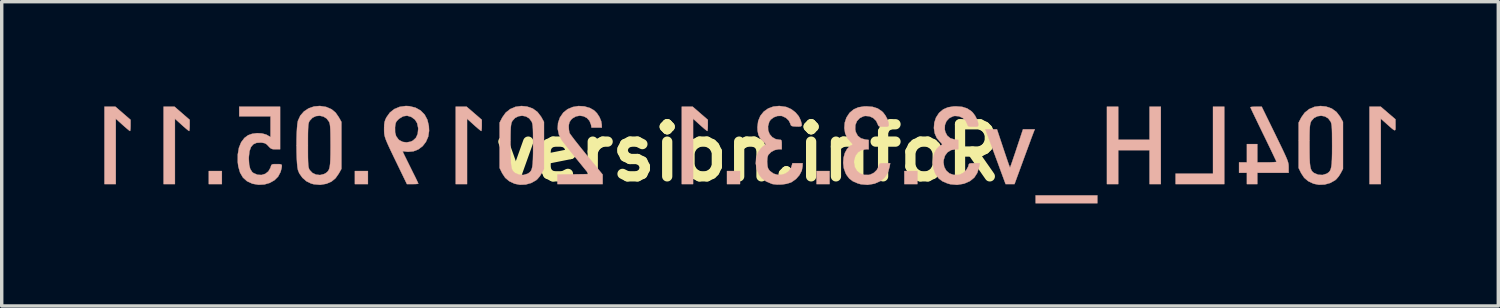
<source format=kicad_pcb>
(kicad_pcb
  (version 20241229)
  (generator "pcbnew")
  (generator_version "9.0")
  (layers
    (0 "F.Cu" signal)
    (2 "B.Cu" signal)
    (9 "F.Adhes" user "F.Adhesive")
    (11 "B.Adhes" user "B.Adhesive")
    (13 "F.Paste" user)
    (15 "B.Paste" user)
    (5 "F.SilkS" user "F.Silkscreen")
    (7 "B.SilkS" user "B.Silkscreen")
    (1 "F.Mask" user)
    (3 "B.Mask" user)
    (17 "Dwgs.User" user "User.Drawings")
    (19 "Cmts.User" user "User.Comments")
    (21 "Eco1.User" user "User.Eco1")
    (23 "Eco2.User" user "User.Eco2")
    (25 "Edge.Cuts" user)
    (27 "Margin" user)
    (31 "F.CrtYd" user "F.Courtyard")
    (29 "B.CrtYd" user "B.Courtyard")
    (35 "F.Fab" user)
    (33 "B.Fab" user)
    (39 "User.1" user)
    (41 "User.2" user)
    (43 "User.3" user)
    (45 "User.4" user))
  (footprint "version.infoR"
    (layer "F.Cu")
    (at 18.82 1.418)
    (property "Reference" "version.infoR" (at 0 0 0) (layer "F.SilkS") (effects (font (size 1.524 1.524) (thickness 0.3))))
    (attr through_hole)
    (fp_poly (pts (xy -15.382 0.915) (xy -15.764 0.915) (xy -15.764 0.534) (xy -15.382 0.534) (xy -15.382 0.915)) (stroke (width 0.01) (type solid)) (fill yes) (layer "B.SilkS"))
    (fp_poly (pts (xy -11.111 0.915) (xy -11.492 0.915) (xy -11.492 0.534) (xy -11.111 0.534) (xy -11.111 0.915)) (stroke (width 0.01) (type solid)) (fill yes) (layer "B.SilkS"))
    (fp_poly (pts (xy -0.229 0.915) (xy -0.61 0.915) (xy -0.61 0.534) (xy -0.229 0.534) (xy -0.229 0.915)) (stroke (width 0.01) (type solid)) (fill yes) (layer "B.SilkS"))
    (fp_poly (pts (xy 2.39 0.915) (xy 2.009 0.915) (xy 2.009 0.534) (xy 2.39 0.534) (xy 2.39 0.915)) (stroke (width 0.01) (type solid)) (fill yes) (layer "B.SilkS"))
    (fp_poly (pts (xy 4.958 0.915) (xy 4.577 0.915) (xy 4.577 0.534) (xy 4.958 0.534) (xy 4.958 0.915)) (stroke (width 0.01) (type solid)) (fill yes) (layer "B.SilkS"))
    (fp_poly (pts (xy 10.221 1.475) (xy 8.416 1.475) (xy 8.416 1.246) (xy 10.221 1.246) (xy 10.221 1.475)) (stroke (width 0.01) (type solid)) (fill yes) (layer "B.SilkS"))
    (fp_poly (pts (xy 13.933 0.915) (xy 12.509 0.915) (xy 12.509 0.61) (xy 13.603 0.61) (xy 13.603 -1.348) (xy 13.933 -1.348) (xy 13.933 0.915)) (stroke (width 0.01) (type solid)) (fill yes) (layer "B.SilkS"))
    (fp_poly (pts (xy 10.831 -0.381) (xy 11.747 -0.381) (xy 11.747 -1.348) (xy 12.077 -1.348) (xy 12.077 0.915) (xy 11.747 0.915) (xy 11.747 -0.076) (xy 10.831 -0.076) (xy 10.831 0.915) (xy 10.501 0.915) (xy 10.501 -1.348) (xy 10.831 -1.348) (xy 10.831 -0.381)) (stroke (width 0.01) (type solid)) (fill yes) (layer "B.SilkS"))
    (fp_poly (pts (xy -18.274 -1.156) (xy -18.052 -0.964) (xy -18.052 -0.8) (xy -18.054 -0.716) (xy -18.06 -0.657) (xy -18.068 -0.636) (xy -18.092 -0.652) (xy -18.145 -0.695) (xy -18.219 -0.758) (xy -18.284 -0.816) (xy -18.484 -0.997) (xy -18.484 0.915) (xy -18.815 0.915) (xy -18.815 -1.348) (xy -18.496 -1.348) (xy -18.274 -1.156)) (stroke (width 0.01) (type solid)) (fill yes) (layer "B.SilkS"))
    (fp_poly (pts (xy -16.545 -1.156) (xy -16.323 -0.964) (xy -16.323 -0.8) (xy -16.325 -0.716) (xy -16.331 -0.657) (xy -16.339 -0.636) (xy -16.363 -0.652) (xy -16.416 -0.695) (xy -16.49 -0.758) (xy -16.555 -0.816) (xy -16.755 -0.997) (xy -16.755 0.915) (xy -17.086 0.915) (xy -17.086 -1.348) (xy -16.767 -1.348) (xy -16.545 -1.156)) (stroke (width 0.01) (type solid)) (fill yes) (layer "B.SilkS"))
    (fp_poly (pts (xy -8.002 -1.156) (xy -7.78 -0.964) (xy -7.78 -0.8) (xy -7.782 -0.716) (xy -7.788 -0.657) (xy -7.796 -0.636) (xy -7.82 -0.652) (xy -7.873 -0.695) (xy -7.947 -0.758) (xy -8.012 -0.816) (xy -8.212 -0.997) (xy -8.212 0.915) (xy -8.543 0.915) (xy -8.543 -1.348) (xy -8.225 -1.348) (xy -8.002 -1.156)) (stroke (width 0.01) (type solid)) (fill yes) (layer "B.SilkS"))
    (fp_poly (pts (xy -1.392 -1.156) (xy -1.17 -0.964) (xy -1.17 -0.8) (xy -1.172 -0.716) (xy -1.178 -0.657) (xy -1.185 -0.636) (xy -1.209 -0.652) (xy -1.263 -0.695) (xy -1.336 -0.758) (xy -1.401 -0.816) (xy -1.602 -0.997) (xy -1.602 0.915) (xy -1.932 0.915) (xy -1.932 -1.348) (xy -1.614 -1.348) (xy -1.392 -1.156)) (stroke (width 0.01) (type solid)) (fill yes) (layer "B.SilkS"))
    (fp_poly (pts (xy 18.723 -1.163) (xy 18.939 -0.979) (xy 18.94 -0.806) (xy 18.941 -0.727) (xy 18.937 -0.677) (xy 18.922 -0.658) (xy 18.889 -0.669) (xy 18.834 -0.711) (xy 18.749 -0.785) (xy 18.694 -0.834) (xy 18.51 -0.998) (xy 18.51 0.915) (xy 18.179 0.915) (xy 18.179 -1.348) (xy 18.508 -1.348) (xy 18.723 -1.163)) (stroke (width 0.01) (type solid)) (fill yes) (layer "B.SilkS"))
    (fp_poly (pts (xy 7.471 -0.127) (xy 7.524 0.031) (xy 7.572 0.173) (xy 7.612 0.29) (xy 7.643 0.376) (xy 7.662 0.424) (xy 7.666 0.432) (xy 7.676 0.409) (xy 7.7 0.345) (xy 7.735 0.245) (xy 7.778 0.117) (xy 7.829 -0.032) (xy 7.86 -0.127) (xy 8.046 -0.686) (xy 8.39 -0.686) (xy 8.343 -0.566) (xy 8.322 -0.51) (xy 8.286 -0.415) (xy 8.239 -0.286) (xy 8.182 -0.132) (xy 8.119 0.039) (xy 8.052 0.221) (xy 8.047 0.235) (xy 7.798 0.915) (xy 7.538 0.915) (xy 7.418 0.591) (xy 7.369 0.458) (xy 7.309 0.293) (xy 7.241 0.11) (xy 7.173 -0.074) (xy 7.123 -0.21) (xy 6.947 -0.686) (xy 7.285 -0.686) (xy 7.471 -0.127)) (stroke (width 0.01) (type solid)) (fill yes) (layer "B.SilkS"))
    (fp_poly (pts (xy 15.421 -0.543) (xy 15.525 -0.329) (xy 15.609 -0.156) (xy 15.675 -0.017) (xy 15.725 0.092) (xy 15.762 0.177) (xy 15.787 0.243) (xy 15.802 0.295) (xy 15.811 0.34) (xy 15.814 0.382) (xy 15.815 0.424) (xy 15.815 0.585) (xy 14.899 0.585) (xy 14.899 0.915) (xy 14.594 0.915) (xy 14.594 0.585) (xy 14.365 0.585) (xy 14.365 0.28) (xy 14.594 0.28) (xy 14.594 -0.254) (xy 14.899 -0.254) (xy 14.899 0.28) (xy 15.179 0.28) (xy 15.291 0.278) (xy 15.382 0.274) (xy 15.441 0.269) (xy 15.459 0.263) (xy 15.448 0.236) (xy 15.417 0.17) (xy 15.369 0.069) (xy 15.307 -0.062) (xy 15.232 -0.217) (xy 15.148 -0.391) (xy 15.077 -0.536) (xy 14.987 -0.721) (xy 14.905 -0.891) (xy 14.833 -1.041) (xy 14.773 -1.165) (xy 14.729 -1.259) (xy 14.703 -1.317) (xy 14.696 -1.333) (xy 14.719 -1.34) (xy 14.78 -1.346) (xy 14.861 -1.348) (xy 15.027 -1.348) (xy 15.421 -0.543)) (stroke (width 0.01) (type solid)) (fill yes) (layer "B.SilkS"))
    (fp_poly (pts (xy -4.784 -1.358) (xy -4.622 -1.311) (xy -4.499 -1.242) (xy -4.413 -1.157) (xy -4.339 -1.044) (xy -4.289 -0.923) (xy -4.272 -0.82) (xy -4.271 -0.737) (xy -4.571 -0.737) (xy -4.587 -0.824) (xy -4.631 -0.935) (xy -4.707 -1.018) (xy -4.805 -1.069) (xy -4.916 -1.085) (xy -5.027 -1.065) (xy -5.13 -1.006) (xy -5.172 -0.964) (xy -5.217 -0.894) (xy -5.236 -0.813) (xy -5.238 -0.762) (xy -5.233 -0.675) (xy -5.221 -0.6) (xy -5.215 -0.578) (xy -5.193 -0.544) (xy -5.143 -0.475) (xy -5.07 -0.379) (xy -4.976 -0.26) (xy -4.868 -0.124) (xy -4.748 0.024) (xy -4.719 0.06) (xy -4.246 0.638) (xy -4.246 0.915) (xy -5.568 0.915) (xy -5.568 0.637) (xy -5.107 0.63) (xy -4.647 0.623) (xy -5.009 0.178) (xy -5.118 0.043) (xy -5.221 -0.086) (xy -5.312 -0.2) (xy -5.384 -0.293) (xy -5.432 -0.356) (xy -5.443 -0.371) (xy -5.525 -0.532) (xy -5.561 -0.701) (xy -5.551 -0.87) (xy -5.496 -1.031) (xy -5.397 -1.175) (xy -5.394 -1.178) (xy -5.27 -1.276) (xy -5.119 -1.339) (xy -4.954 -1.367) (xy -4.784 -1.358)) (stroke (width 0.01) (type solid)) (fill yes) (layer "B.SilkS"))
    (fp_poly (pts (xy -13.679 -0.102) (xy -13.81 -0.102) (xy -13.892 -0.106) (xy -13.946 -0.124) (xy -13.995 -0.166) (xy -14.021 -0.195) (xy -14.076 -0.251) (xy -14.13 -0.281) (xy -14.206 -0.296) (xy -14.24 -0.299) (xy -14.365 -0.292) (xy -14.462 -0.249) (xy -14.531 -0.167) (xy -14.575 -0.044) (xy -14.593 0.122) (xy -14.594 0.18) (xy -14.584 0.347) (xy -14.553 0.472) (xy -14.499 0.558) (xy -14.459 0.592) (xy -14.34 0.643) (xy -14.221 0.649) (xy -14.111 0.615) (xy -14.021 0.543) (xy -13.96 0.437) (xy -13.949 0.4) (xy -13.936 0.362) (xy -13.913 0.341) (xy -13.866 0.332) (xy -13.782 0.331) (xy -13.78 0.331) (xy -13.696 0.332) (xy -13.65 0.34) (xy -13.631 0.358) (xy -13.628 0.39) (xy -13.636 0.449) (xy -13.657 0.53) (xy -13.668 0.566) (xy -13.738 0.698) (xy -13.846 0.804) (xy -13.983 0.881) (xy -14.14 0.926) (xy -14.309 0.935) (xy -14.483 0.905) (xy -14.492 0.902) (xy -14.646 0.831) (xy -14.765 0.724) (xy -14.849 0.581) (xy -14.901 0.399) (xy -14.917 0.271) (xy -14.916 0.049) (xy -14.883 -0.145) (xy -14.818 -0.307) (xy -14.723 -0.433) (xy -14.615 -0.513) (xy -14.493 -0.556) (xy -14.352 -0.574) (xy -14.21 -0.566) (xy -14.088 -0.533) (xy -14.054 -0.516) (xy -13.959 -0.459) (xy -13.959 -1.068) (xy -14.874 -1.068) (xy -14.874 -1.348) (xy -13.679 -1.348) (xy -13.679 -0.102)) (stroke (width 0.01) (type solid)) (fill yes) (layer "B.SilkS"))
    (fp_poly (pts (xy -6.458 -1.352) (xy -6.29 -1.294) (xy -6.154 -1.195) (xy -6.047 -1.056) (xy -6.039 -1.042) (xy -5.962 -0.903) (xy -5.962 0.47) (xy -6.032 0.602) (xy -6.087 0.69) (xy -6.153 0.768) (xy -6.19 0.801) (xy -6.333 0.882) (xy -6.497 0.928) (xy -6.667 0.935) (xy -6.822 0.904) (xy -6.977 0.831) (xy -7.095 0.732) (xy -7.182 0.601) (xy -7.187 0.592) (xy -7.259 0.445) (xy -7.259 -0.216) (xy -6.941 -0.216) (xy -6.94 -0.003) (xy -6.937 0.166) (xy -6.931 0.296) (xy -6.92 0.394) (xy -6.904 0.466) (xy -6.881 0.518) (xy -6.851 0.557) (xy -6.812 0.588) (xy -6.804 0.593) (xy -6.687 0.642) (xy -6.56 0.649) (xy -6.44 0.612) (xy -6.415 0.597) (xy -6.375 0.566) (xy -6.344 0.53) (xy -6.321 0.48) (xy -6.304 0.411) (xy -6.292 0.318) (xy -6.285 0.193) (xy -6.281 0.031) (xy -6.28 -0.175) (xy -6.28 -0.222) (xy -6.281 -0.418) (xy -6.282 -0.57) (xy -6.285 -0.684) (xy -6.29 -0.769) (xy -6.298 -0.83) (xy -6.308 -0.875) (xy -6.322 -0.91) (xy -6.325 -0.915) (xy -6.396 -1.008) (xy -6.491 -1.064) (xy -6.599 -1.084) (xy -6.708 -1.069) (xy -6.807 -1.019) (xy -6.885 -0.933) (xy -6.901 -0.904) (xy -6.914 -0.868) (xy -6.924 -0.818) (xy -6.932 -0.749) (xy -6.937 -0.653) (xy -6.94 -0.524) (xy -6.941 -0.356) (xy -6.941 -0.216) (xy -7.259 -0.216) (xy -7.259 -0.881) (xy -7.182 -1.032) (xy -7.083 -1.172) (xy -6.952 -1.277) (xy -6.796 -1.344) (xy -6.623 -1.368) (xy -6.458 -1.352)) (stroke (width 0.01) (type solid)) (fill yes) (layer "B.SilkS"))
    (fp_poly (pts (xy 16.908 -1.352) (xy 17.076 -1.294) (xy 17.212 -1.195) (xy 17.319 -1.056) (xy 17.327 -1.042) (xy 17.404 -0.903) (xy 17.404 0.47) (xy 17.334 0.602) (xy 17.279 0.69) (xy 17.213 0.768) (xy 17.176 0.801) (xy 17.033 0.882) (xy 16.869 0.928) (xy 16.699 0.935) (xy 16.544 0.904) (xy 16.389 0.831) (xy 16.271 0.732) (xy 16.184 0.601) (xy 16.179 0.592) (xy 16.107 0.445) (xy 16.107 -0.216) (xy 16.425 -0.216) (xy 16.426 -0.003) (xy 16.429 0.166) (xy 16.435 0.296) (xy 16.446 0.394) (xy 16.462 0.466) (xy 16.485 0.518) (xy 16.515 0.557) (xy 16.554 0.588) (xy 16.562 0.593) (xy 16.679 0.642) (xy 16.806 0.649) (xy 16.926 0.612) (xy 16.951 0.597) (xy 16.991 0.566) (xy 17.022 0.53) (xy 17.045 0.48) (xy 17.062 0.411) (xy 17.074 0.318) (xy 17.081 0.193) (xy 17.085 0.031) (xy 17.086 -0.175) (xy 17.086 -0.222) (xy 17.085 -0.418) (xy 17.084 -0.57) (xy 17.081 -0.684) (xy 17.076 -0.769) (xy 17.068 -0.83) (xy 17.058 -0.875) (xy 17.044 -0.91) (xy 17.041 -0.915) (xy 16.97 -1.008) (xy 16.875 -1.064) (xy 16.767 -1.084) (xy 16.658 -1.069) (xy 16.559 -1.019) (xy 16.481 -0.933) (xy 16.465 -0.904) (xy 16.452 -0.868) (xy 16.442 -0.818) (xy 16.434 -0.749) (xy 16.429 -0.653) (xy 16.426 -0.524) (xy 16.425 -0.356) (xy 16.425 -0.216) (xy 16.107 -0.216) (xy 16.107 -0.881) (xy 16.184 -1.032) (xy 16.283 -1.172) (xy 16.414 -1.277) (xy 16.57 -1.344) (xy 16.743 -1.368) (xy 16.908 -1.352)) (stroke (width 0.01) (type solid)) (fill yes) (layer "B.SilkS"))
    (fp_poly (pts (xy -9.899 -1.363) (xy -9.719 -1.319) (xy -9.57 -1.236) (xy -9.453 -1.117) (xy -9.372 -0.965) (xy -9.329 -0.783) (xy -9.322 -0.642) (xy -9.348 -0.471) (xy -9.414 -0.32) (xy -9.511 -0.194) (xy -9.636 -0.1) (xy -9.78 -0.043) (xy -9.938 -0.029) (xy -9.994 -0.035) (xy -10.057 -0.043) (xy -10.091 -0.041) (xy -10.094 -0.038) (xy -10.083 -0.012) (xy -10.053 0.052) (xy -10.006 0.147) (xy -9.947 0.267) (xy -9.879 0.404) (xy -9.865 0.432) (xy -9.796 0.572) (xy -9.734 0.695) (xy -9.685 0.796) (xy -9.652 0.867) (xy -9.637 0.901) (xy -9.636 0.902) (xy -9.659 0.909) (xy -9.72 0.914) (xy -9.803 0.915) (xy -9.97 0.915) (xy -10.25 0.337) (xy -10.353 0.125) (xy -10.435 -0.047) (xy -10.5 -0.185) (xy -10.549 -0.294) (xy -10.585 -0.381) (xy -10.609 -0.451) (xy -10.625 -0.511) (xy -10.633 -0.565) (xy -10.636 -0.62) (xy -10.637 -0.682) (xy -10.637 -0.699) (xy -10.636 -0.741) (xy -10.318 -0.741) (xy -10.316 -0.597) (xy -10.286 -0.487) (xy -10.222 -0.397) (xy -10.19 -0.368) (xy -10.095 -0.319) (xy -9.98 -0.304) (xy -9.861 -0.325) (xy -9.794 -0.357) (xy -9.706 -0.439) (xy -9.654 -0.554) (xy -9.64 -0.698) (xy -9.642 -0.731) (xy -9.671 -0.867) (xy -9.734 -0.969) (xy -9.837 -1.045) (xy -9.849 -1.051) (xy -9.966 -1.085) (xy -10.081 -1.067) (xy -10.194 -0.999) (xy -10.215 -0.981) (xy -10.267 -0.928) (xy -10.296 -0.877) (xy -10.311 -0.809) (xy -10.318 -0.741) (xy -10.636 -0.741) (xy -10.635 -0.814) (xy -10.624 -0.898) (xy -10.6 -0.971) (xy -10.569 -1.036) (xy -10.469 -1.176) (xy -10.337 -1.28) (xy -10.178 -1.345) (xy -9.999 -1.369) (xy -9.899 -1.363)) (stroke (width 0.01) (type solid)) (fill yes) (layer "B.SilkS"))
    (fp_poly (pts (xy -12.337 -1.342) (xy -12.322 -1.337) (xy -12.174 -1.273) (xy -12.056 -1.175) (xy -11.962 -1.039) (xy -11.886 -0.903) (xy -11.886 0.47) (xy -11.962 0.607) (xy -12.059 0.745) (xy -12.177 0.842) (xy -12.322 0.905) (xy -12.505 0.937) (xy -12.692 0.92) (xy -12.772 0.899) (xy -12.908 0.833) (xy -13.027 0.729) (xy -13.118 0.6) (xy -13.156 0.506) (xy -13.171 0.425) (xy -13.183 0.303) (xy -13.192 0.151) (xy -13.197 -0.022) (xy -13.199 -0.206) (xy -13.199 -0.219) (xy -12.865 -0.219) (xy -12.865 -0.216) (xy -12.865 -0.018) (xy -12.864 0.135) (xy -12.861 0.251) (xy -12.857 0.336) (xy -12.851 0.397) (xy -12.842 0.441) (xy -12.83 0.474) (xy -12.814 0.503) (xy -12.814 0.504) (xy -12.734 0.589) (xy -12.629 0.638) (xy -12.511 0.651) (xy -12.394 0.622) (xy -12.344 0.595) (xy -12.303 0.564) (xy -12.271 0.527) (xy -12.246 0.479) (xy -12.228 0.412) (xy -12.216 0.32) (xy -12.209 0.198) (xy -12.205 0.039) (xy -12.204 -0.163) (xy -12.204 -0.216) (xy -12.205 -0.415) (xy -12.207 -0.57) (xy -12.21 -0.688) (xy -12.216 -0.774) (xy -12.224 -0.836) (xy -12.235 -0.88) (xy -12.245 -0.904) (xy -12.315 -0.999) (xy -12.41 -1.059) (xy -12.519 -1.084) (xy -12.631 -1.073) (xy -12.732 -1.024) (xy -12.812 -0.939) (xy -12.814 -0.936) (xy -12.83 -0.907) (xy -12.842 -0.874) (xy -12.851 -0.83) (xy -12.857 -0.769) (xy -12.861 -0.685) (xy -12.864 -0.569) (xy -12.865 -0.416) (xy -12.865 -0.219) (xy -13.199 -0.219) (xy -13.198 -0.39) (xy -13.193 -0.565) (xy -13.184 -0.72) (xy -13.173 -0.846) (xy -13.158 -0.932) (xy -13.156 -0.938) (xy -13.087 -1.088) (xy -12.98 -1.21) (xy -12.845 -1.299) (xy -12.687 -1.354) (xy -12.516 -1.369) (xy -12.337 -1.342)) (stroke (width 0.01) (type solid)) (fill yes) (layer "B.SilkS"))
    (fp_poly (pts (xy 3.65 -1.343) (xy 3.796 -1.297) (xy 3.918 -1.215) (xy 3.96 -1.174) (xy 4.026 -1.085) (xy 4.081 -0.98) (xy 4.113 -0.878) (xy 4.118 -0.833) (xy 4.116 -0.794) (xy 4.1 -0.773) (xy 4.059 -0.764) (xy 3.981 -0.763) (xy 3.969 -0.763) (xy 3.884 -0.765) (xy 3.837 -0.774) (xy 3.814 -0.795) (xy 3.804 -0.824) (xy 3.752 -0.934) (xy 3.665 -1.018) (xy 3.555 -1.068) (xy 3.435 -1.078) (xy 3.385 -1.069) (xy 3.272 -1.014) (xy 3.19 -0.926) (xy 3.144 -0.813) (xy 3.139 -0.685) (xy 3.156 -0.607) (xy 3.214 -0.497) (xy 3.306 -0.424) (xy 3.428 -0.389) (xy 3.534 -0.375) (xy 3.534 -0.102) (xy 3.452 -0.102) (xy 3.324 -0.079) (xy 3.221 -0.015) (xy 3.146 0.084) (xy 3.107 0.212) (xy 3.102 0.28) (xy 3.124 0.415) (xy 3.186 0.525) (xy 3.28 0.604) (xy 3.398 0.646) (xy 3.533 0.647) (xy 3.581 0.637) (xy 3.684 0.587) (xy 3.77 0.504) (xy 3.824 0.405) (xy 3.831 0.378) (xy 3.842 0.338) (xy 3.862 0.316) (xy 3.905 0.307) (xy 3.983 0.305) (xy 4.004 0.305) (xy 4.163 0.305) (xy 4.142 0.419) (xy 4.09 0.589) (xy 4.002 0.725) (xy 3.877 0.827) (xy 3.711 0.9) (xy 3.698 0.904) (xy 3.502 0.937) (xy 3.306 0.92) (xy 3.216 0.895) (xy 3.072 0.833) (xy 2.967 0.754) (xy 2.886 0.647) (xy 2.857 0.592) (xy 2.806 0.448) (xy 2.788 0.296) (xy 2.799 0.145) (xy 2.837 0.006) (xy 2.901 -0.111) (xy 2.986 -0.198) (xy 3.059 -0.236) (xy 3.061 -0.256) (xy 3.027 -0.297) (xy 3.003 -0.319) (xy 2.907 -0.432) (xy 2.846 -0.57) (xy 2.822 -0.723) (xy 2.834 -0.88) (xy 2.883 -1.029) (xy 2.969 -1.16) (xy 2.981 -1.174) (xy 3.097 -1.27) (xy 3.232 -1.329) (xy 3.398 -1.356) (xy 3.471 -1.358) (xy 3.65 -1.343)) (stroke (width 0.01) (type solid)) (fill yes) (layer "B.SilkS"))
    (fp_poly (pts (xy 6.268 -1.343) (xy 6.414 -1.297) (xy 6.537 -1.215) (xy 6.579 -1.174) (xy 6.645 -1.085) (xy 6.699 -0.98) (xy 6.732 -0.878) (xy 6.737 -0.833) (xy 6.735 -0.794) (xy 6.719 -0.773) (xy 6.678 -0.764) (xy 6.6 -0.763) (xy 6.588 -0.763) (xy 6.503 -0.765) (xy 6.456 -0.774) (xy 6.433 -0.795) (xy 6.423 -0.824) (xy 6.371 -0.934) (xy 6.284 -1.018) (xy 6.174 -1.068) (xy 6.054 -1.078) (xy 6.004 -1.069) (xy 5.891 -1.014) (xy 5.809 -0.926) (xy 5.763 -0.813) (xy 5.758 -0.685) (xy 5.775 -0.607) (xy 5.833 -0.497) (xy 5.924 -0.424) (xy 6.047 -0.389) (xy 6.153 -0.375) (xy 6.153 -0.102) (xy 6.07 -0.102) (xy 5.943 -0.079) (xy 5.839 -0.015) (xy 5.765 0.084) (xy 5.726 0.212) (xy 5.721 0.28) (xy 5.743 0.415) (xy 5.805 0.525) (xy 5.898 0.604) (xy 6.016 0.646) (xy 6.151 0.647) (xy 6.2 0.637) (xy 6.302 0.587) (xy 6.388 0.504) (xy 6.443 0.405) (xy 6.45 0.378) (xy 6.461 0.338) (xy 6.481 0.316) (xy 6.524 0.307) (xy 6.602 0.305) (xy 6.623 0.305) (xy 6.782 0.305) (xy 6.761 0.419) (xy 6.709 0.589) (xy 6.621 0.725) (xy 6.496 0.827) (xy 6.33 0.9) (xy 6.317 0.904) (xy 6.121 0.937) (xy 5.925 0.92) (xy 5.835 0.895) (xy 5.691 0.833) (xy 5.586 0.754) (xy 5.505 0.647) (xy 5.476 0.592) (xy 5.425 0.448) (xy 5.407 0.296) (xy 5.418 0.145) (xy 5.456 0.006) (xy 5.519 -0.111) (xy 5.605 -0.198) (xy 5.678 -0.236) (xy 5.679 -0.256) (xy 5.646 -0.297) (xy 5.622 -0.319) (xy 5.525 -0.432) (xy 5.465 -0.57) (xy 5.441 -0.723) (xy 5.453 -0.88) (xy 5.502 -1.029) (xy 5.587 -1.16) (xy 5.6 -1.174) (xy 5.715 -1.27) (xy 5.851 -1.329) (xy 6.017 -1.356) (xy 6.089 -1.358) (xy 6.268 -1.343)) (stroke (width 0.01) (type solid)) (fill yes) (layer "B.SilkS"))
    (fp_poly (pts (xy 1.106 -1.343) (xy 1.134 -1.336) (xy 1.27 -1.275) (xy 1.393 -1.181) (xy 1.489 -1.067) (xy 1.545 -0.95) (xy 1.571 -0.855) (xy 1.575 -0.799) (xy 1.549 -0.772) (xy 1.489 -0.766) (xy 1.419 -0.768) (xy 1.332 -0.773) (xy 1.283 -0.784) (xy 1.258 -0.806) (xy 1.243 -0.846) (xy 1.241 -0.856) (xy 1.194 -0.947) (xy 1.111 -1.023) (xy 1.008 -1.072) (xy 0.981 -1.079) (xy 0.868 -1.077) (xy 0.759 -1.038) (xy 0.669 -0.97) (xy 0.627 -0.909) (xy 0.59 -0.78) (xy 0.594 -0.656) (xy 0.637 -0.545) (xy 0.712 -0.457) (xy 0.815 -0.399) (xy 0.927 -0.381) (xy 0.964 -0.378) (xy 0.983 -0.359) (xy 0.991 -0.312) (xy 0.992 -0.242) (xy 0.992 -0.102) (xy 0.894 -0.102) (xy 0.786 -0.08) (xy 0.683 -0.025) (xy 0.605 0.054) (xy 0.59 0.077) (xy 0.571 0.148) (xy 0.564 0.253) (xy 0.566 0.298) (xy 0.575 0.395) (xy 0.593 0.459) (xy 0.628 0.512) (xy 0.648 0.534) (xy 0.75 0.609) (xy 0.867 0.644) (xy 0.987 0.643) (xy 1.101 0.607) (xy 1.196 0.539) (xy 1.262 0.44) (xy 1.275 0.405) (xy 1.305 0.305) (xy 1.602 0.305) (xy 1.601 0.388) (xy 1.577 0.521) (xy 1.51 0.65) (xy 1.41 0.765) (xy 1.285 0.854) (xy 1.251 0.87) (xy 1.135 0.906) (xy 0.996 0.927) (xy 0.854 0.93) (xy 0.731 0.916) (xy 0.699 0.907) (xy 0.534 0.837) (xy 0.412 0.749) (xy 0.324 0.635) (xy 0.265 0.493) (xy 0.232 0.314) (xy 0.243 0.145) (xy 0.294 -0.007) (xy 0.379 -0.126) (xy 0.438 -0.183) (xy 0.489 -0.223) (xy 0.508 -0.233) (xy 0.52 -0.251) (xy 0.494 -0.287) (xy 0.447 -0.332) (xy 0.361 -0.424) (xy 0.309 -0.524) (xy 0.284 -0.649) (xy 0.28 -0.75) (xy 0.302 -0.927) (xy 0.365 -1.079) (xy 0.464 -1.203) (xy 0.593 -1.295) (xy 0.747 -1.352) (xy 0.919 -1.369) (xy 1.106 -1.343)) (stroke (width 0.01) (type solid)) (fill yes) (layer "B.SilkS")))
  (gr_rect
    (start -3 -3)
    (end 40.766 5.898)
    (stroke (width 0.1) (type default))
    (fill no)
    (layer "Edge.Cuts")))
</source>
